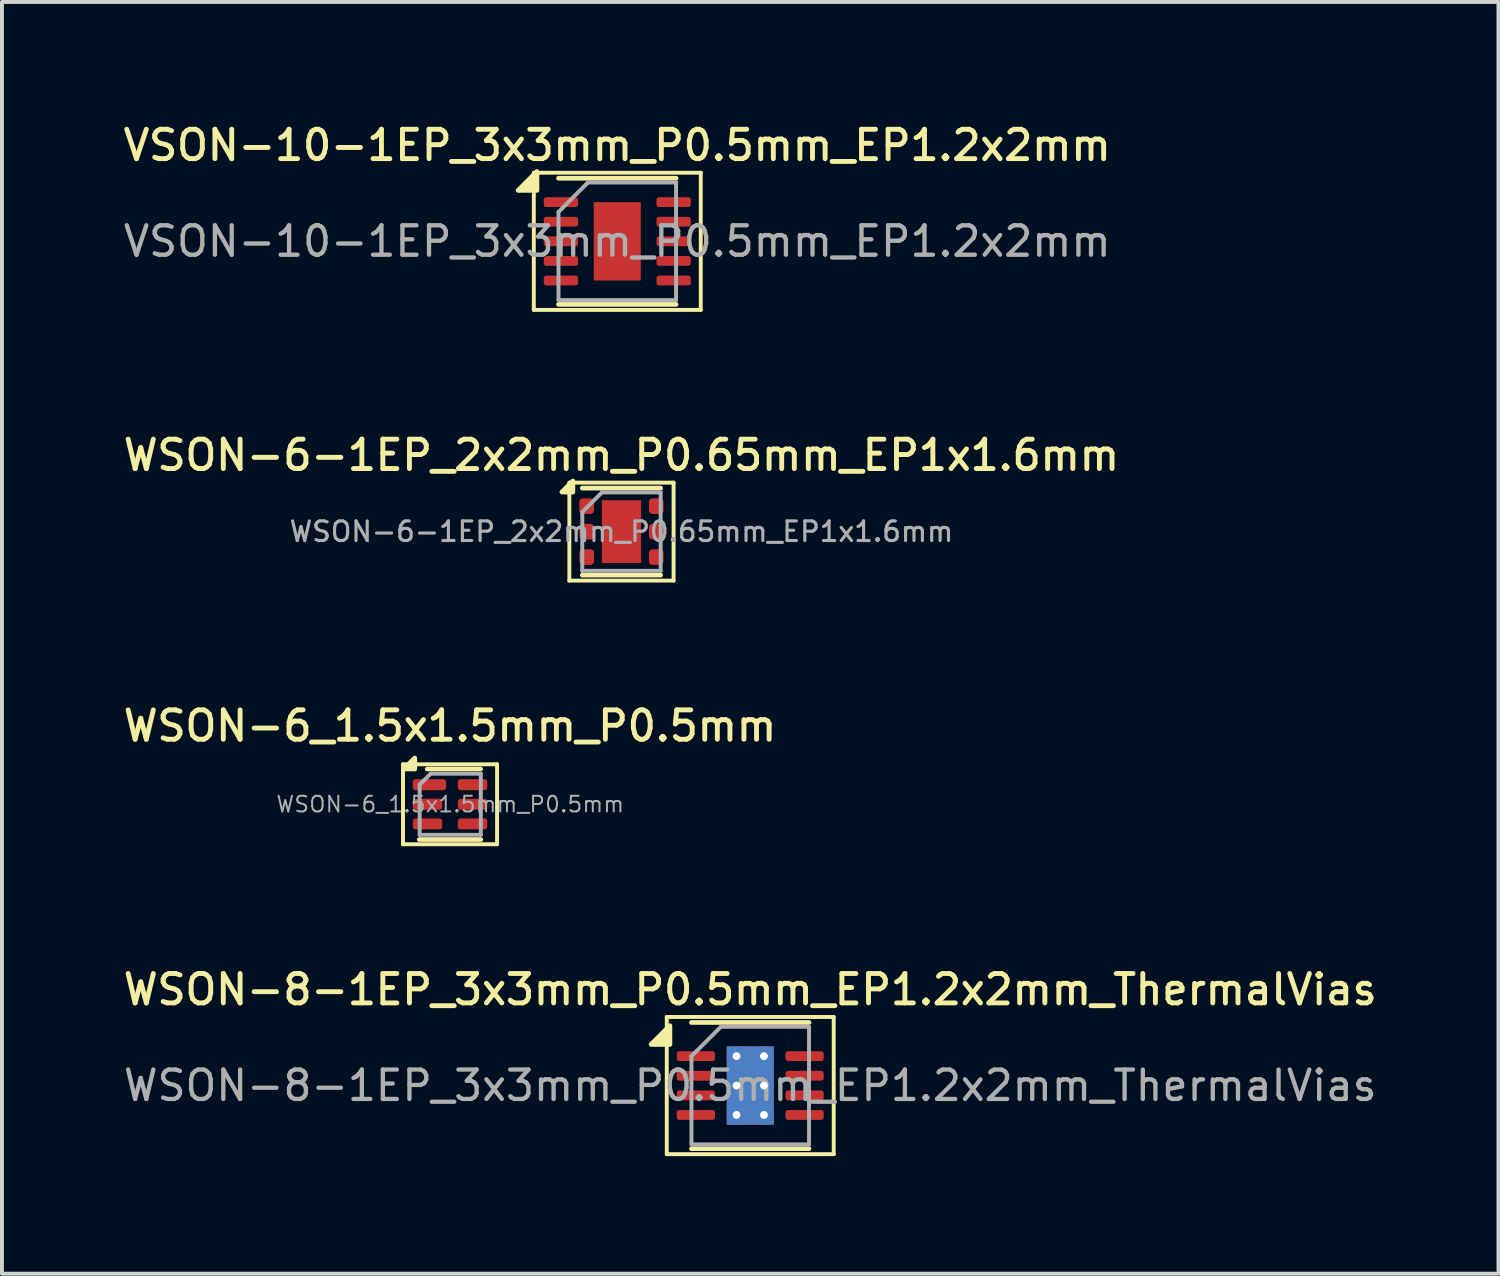
<source format=kicad_pcb>
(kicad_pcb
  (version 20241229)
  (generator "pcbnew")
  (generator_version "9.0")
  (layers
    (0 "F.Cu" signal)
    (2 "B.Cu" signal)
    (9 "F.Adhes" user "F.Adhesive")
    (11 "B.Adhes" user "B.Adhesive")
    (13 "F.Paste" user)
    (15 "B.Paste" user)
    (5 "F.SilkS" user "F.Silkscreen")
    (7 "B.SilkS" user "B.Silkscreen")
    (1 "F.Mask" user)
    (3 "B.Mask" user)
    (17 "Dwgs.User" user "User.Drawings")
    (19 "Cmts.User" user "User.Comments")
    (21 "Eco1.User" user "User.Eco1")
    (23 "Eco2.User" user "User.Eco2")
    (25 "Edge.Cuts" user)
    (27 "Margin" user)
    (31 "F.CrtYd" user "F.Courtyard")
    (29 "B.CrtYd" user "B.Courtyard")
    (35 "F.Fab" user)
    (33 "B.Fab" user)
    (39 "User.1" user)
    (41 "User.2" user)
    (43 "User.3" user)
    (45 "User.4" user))
  (footprint "WSON-6_1.5x1.5mm_P0.5mm"
    (layer "F.Cu")
    (at 8.434 17.474)
    (property "Reference" "WSON-6_1.5x1.5mm_P0.5mm" (at 0 -2 0) (layer "F.SilkS") (effects (font (size 0.75 0.75) (thickness 0.125))))
    (attr smd)
    (fp_line (start -1.2 1.02) (end -1.2 -1.02) (stroke (width 0.1) (type solid)) (layer "F.SilkS"))
    (fp_line (start -1.2 1.02) (end 1.2 1.02) (stroke (width 0.1) (type solid)) (layer "F.SilkS"))
    (fp_line (start -0.785 0.9) (end 0.785 0.9) (stroke (width 0.12) (type solid)) (layer "F.SilkS"))
    (fp_line (start -0.58 -0.9) (end 0.78 -0.9) (stroke (width 0.12) (type solid)) (layer "F.SilkS"))
    (fp_line (start 1.2 -1.02) (end -1.2 -1.02) (stroke (width 0.1) (type solid)) (layer "F.SilkS"))
    (fp_line (start 1.2 -1.02) (end 1.2 1.02) (stroke (width 0.1) (type solid)) (layer "F.SilkS"))
    (fp_poly (pts (xy -0.9 -0.9) (xy -1.18 -0.9) (xy -0.9 -1.18) (xy -0.9 -0.9)) (stroke (width 0.12) (type solid)) (fill yes) (layer "F.SilkS"))
    (fp_line (start -0.775 -0.5) (end -0.775 0.78) (stroke (width 0.1) (type solid)) (layer "F.Fab"))
    (fp_line (start -0.775 0.78) (end 0.785 0.78) (stroke (width 0.1) (type solid)) (layer "F.Fab"))
    (fp_line (start -0.495 -0.78) (end -0.775 -0.5) (stroke (width 0.1) (type solid)) (layer "F.Fab"))
    (fp_line (start 0.785 -0.78) (end -0.495 -0.78) (stroke (width 0.1) (type solid)) (layer "F.Fab"))
    (fp_line (start 0.785 -0.78) (end 0.785 0.78) (stroke (width 0.1) (type solid)) (layer "F.Fab"))
    (fp_text user "${REFERENCE}" (at 0.005 0 0) (layer "F.Fab") (effects (font (size 0.4 0.4) (thickness 0.05))))
    (pad "1" smd roundrect (at -0.525 -0.5 270) (size 0.28 0.85) (layers "F.Cu" "F.Mask" "F.Paste") (roundrect_rratio 0.25))
    (pad "2" smd roundrect (at -0.575 0 270) (size 0.28 0.75) (layers "F.Cu" "F.Mask" "F.Paste") (roundrect_rratio 0.25))
    (pad "3" smd roundrect (at -0.575 0.5 270) (size 0.28 0.75) (layers "F.Cu" "F.Mask" "F.Paste") (roundrect_rratio 0.25))
    (pad "4" smd roundrect (at 0.575 0.5 270) (size 0.28 0.75) (layers "F.Cu" "F.Mask" "F.Paste") (roundrect_rratio 0.25))
    (pad "5" smd roundrect (at 0.575 0 270) (size 0.28 0.75) (layers "F.Cu" "F.Mask" "F.Paste") (roundrect_rratio 0.25))
    (pad "6" smd roundrect (at 0.575 -0.5 270) (size 0.28 0.75) (layers "F.Cu" "F.Mask" "F.Paste") (roundrect_rratio 0.25)))
  (footprint "VSON-10-1EP_3x3mm_P0.5mm_EP1.2x2mm"
    (layer "F.Cu")
    (at 12.702 3.108)
    (property "Reference" "VSON-10-1EP_3x3mm_P0.5mm_EP1.2x2mm" (at 0 -2.45 0) (layer "F.SilkS") (effects (font (size 0.75 0.75) (thickness 0.125))))
    (attr smd)
    (fp_line (start -2.13 -1.75) (end -2.13 1.75) (stroke (width 0.1) (type solid)) (layer "F.SilkS"))
    (fp_line (start -2.13 1.75) (end 2.13 1.75) (stroke (width 0.1) (type solid)) (layer "F.SilkS"))
    (fp_line (start -1.5 -1.61) (end 1.5 -1.61) (stroke (width 0.12) (type solid)) (layer "F.SilkS"))
    (fp_line (start -1.5 1.61) (end 1.5 1.61) (stroke (width 0.12) (type solid)) (layer "F.SilkS"))
    (fp_line (start 2.13 -1.75) (end -2.13 -1.75) (stroke (width 0.1) (type solid)) (layer "F.SilkS"))
    (fp_line (start 2.13 1.75) (end 2.13 -1.75) (stroke (width 0.1) (type solid)) (layer "F.SilkS"))
    (fp_poly (pts (xy -2.05 -1.3) (xy -2.53 -1.3) (xy -2.05 -1.78) (xy -2.05 -1.3)) (stroke (width 0.12) (type solid)) (fill yes) (layer "F.SilkS"))
    (fp_line (start -1.5 -0.75) (end -0.75 -1.5) (stroke (width 0.1) (type solid)) (layer "F.Fab"))
    (fp_line (start -1.5 1.5) (end -1.5 -0.75) (stroke (width 0.1) (type solid)) (layer "F.Fab"))
    (fp_line (start -0.75 -1.5) (end 1.5 -1.5) (stroke (width 0.1) (type solid)) (layer "F.Fab"))
    (fp_line (start 1.5 -1.5) (end 1.5 1.5) (stroke (width 0.1) (type solid)) (layer "F.Fab"))
    (fp_line (start 1.5 1.5) (end -1.5 1.5) (stroke (width 0.1) (type solid)) (layer "F.Fab"))
    (fp_text user "${REFERENCE}" (at 0 0 0) (layer "F.Fab") (effects (font (size 0.75 0.75) (thickness 0.11))))
    (pad "" smd roundrect (at -0.3 -0.5) (size 0.48 0.81) (layers "F.Paste") (roundrect_rratio 0.25))
    (pad "" smd roundrect (at -0.3 0.5) (size 0.48 0.81) (layers "F.Paste") (roundrect_rratio 0.25))
    (pad "" smd roundrect (at 0.3 -0.5) (size 0.48 0.81) (layers "F.Paste") (roundrect_rratio 0.25))
    (pad "" smd roundrect (at 0.3 0.5) (size 0.48 0.81) (layers "F.Paste") (roundrect_rratio 0.25))
    (pad "1" smd roundrect (at -1.438 -1) (size 0.875 0.25) (layers "F.Cu" "F.Mask" "F.Paste") (roundrect_rratio 0.25))
    (pad "2" smd roundrect (at -1.438 -0.5) (size 0.875 0.25) (layers "F.Cu" "F.Mask" "F.Paste") (roundrect_rratio 0.25))
    (pad "3" smd roundrect (at -1.438 0) (size 0.875 0.25) (layers "F.Cu" "F.Mask" "F.Paste") (roundrect_rratio 0.25))
    (pad "4" smd roundrect (at -1.438 0.5) (size 0.875 0.25) (layers "F.Cu" "F.Mask" "F.Paste") (roundrect_rratio 0.25))
    (pad "5" smd roundrect (at -1.438 1) (size 0.875 0.25) (layers "F.Cu" "F.Mask" "F.Paste") (roundrect_rratio 0.25))
    (pad "6" smd roundrect (at 1.438 1) (size 0.875 0.25) (layers "F.Cu" "F.Mask" "F.Paste") (roundrect_rratio 0.25))
    (pad "7" smd roundrect (at 1.438 0.5) (size 0.875 0.25) (layers "F.Cu" "F.Mask" "F.Paste") (roundrect_rratio 0.25))
    (pad "8" smd roundrect (at 1.438 0) (size 0.875 0.25) (layers "F.Cu" "F.Mask" "F.Paste") (roundrect_rratio 0.25))
    (pad "9" smd roundrect (at 1.438 -0.5) (size 0.875 0.25) (layers "F.Cu" "F.Mask" "F.Paste") (roundrect_rratio 0.25))
    (pad "10" smd roundrect (at 1.438 -1) (size 0.875 0.25) (layers "F.Cu" "F.Mask" "F.Paste") (roundrect_rratio 0.25))
    (pad "11" smd rect (at 0 0) (size 1.2 2) (property pad_prop_heatsink) (layers "F.Cu" "F.Mask")))
  (footprint "WSON-6-1EP_2x2mm_P0.65mm_EP1x1.6mm"
    (layer "F.Cu")
    (at 12.809 10.516)
    (property "Reference" "WSON-6-1EP_2x2mm_P0.65mm_EP1x1.6mm" (at 0 -1.95 0) (layer "F.SilkS") (effects (font (size 0.75 0.75) (thickness 0.125))))
    (attr smd)
    (fp_line (start -1.33 -1.25) (end -1.33 1.25) (stroke (width 0.1) (type solid)) (layer "F.SilkS"))
    (fp_line (start -1.33 1.25) (end 1.33 1.25) (stroke (width 0.1) (type solid)) (layer "F.SilkS"))
    (fp_line (start -1 -1.11) (end 1 -1.11) (stroke (width 0.12) (type solid)) (layer "F.SilkS"))
    (fp_line (start -1 1.11) (end 1 1.11) (stroke (width 0.12) (type solid)) (layer "F.SilkS"))
    (fp_line (start 1.33 -1.25) (end -1.33 -1.25) (stroke (width 0.1) (type solid)) (layer "F.SilkS"))
    (fp_line (start 1.33 1.25) (end 1.33 -1.25) (stroke (width 0.1) (type solid)) (layer "F.SilkS"))
    (fp_poly (pts (xy -1.24 -1.01) (xy -1.52 -1.01) (xy -1.24 -1.29) (xy -1.24 -1.01)) (stroke (width 0.12) (type solid)) (fill yes) (layer "F.SilkS"))
    (fp_line (start -1 -0.5) (end -0.5 -1) (stroke (width 0.1) (type solid)) (layer "F.Fab"))
    (fp_line (start -1 1) (end -1 -0.5) (stroke (width 0.1) (type solid)) (layer "F.Fab"))
    (fp_line (start -0.5 -1) (end 1 -1) (stroke (width 0.1) (type solid)) (layer "F.Fab"))
    (fp_line (start 1 -1) (end 1 1) (stroke (width 0.1) (type solid)) (layer "F.Fab"))
    (fp_line (start 1 1) (end -1 1) (stroke (width 0.1) (type solid)) (layer "F.Fab"))
    (fp_text user "${REFERENCE}" (at 0 0 0) (layer "F.Fab") (effects (font (size 0.5 0.5) (thickness 0.08))))
    (pad "" smd roundrect (at 0 -0.4) (size 0.81 0.64) (layers "F.Paste") (roundrect_rratio 0.25))
    (pad "" smd roundrect (at 0 0.4) (size 0.81 0.64) (layers "F.Paste") (roundrect_rratio 0.25))
    (pad "1" smd roundrect (at -0.887 -0.65) (size 0.375 0.4) (layers "F.Cu" "F.Mask" "F.Paste") (roundrect_rratio 0.25))
    (pad "2" smd roundrect (at -0.887 0) (size 0.375 0.4) (layers "F.Cu" "F.Mask" "F.Paste") (roundrect_rratio 0.25))
    (pad "3" smd roundrect (at -0.887 0.65) (size 0.375 0.4) (layers "F.Cu" "F.Mask" "F.Paste") (roundrect_rratio 0.25))
    (pad "4" smd roundrect (at 0.887 0.65) (size 0.375 0.4) (layers "F.Cu" "F.Mask" "F.Paste") (roundrect_rratio 0.25))
    (pad "5" smd roundrect (at 0.887 0) (size 0.375 0.4) (layers "F.Cu" "F.Mask" "F.Paste") (roundrect_rratio 0.25))
    (pad "6" smd roundrect (at 0.887 -0.65) (size 0.375 0.4) (layers "F.Cu" "F.Mask" "F.Paste") (roundrect_rratio 0.25))
    (pad "7" smd rect (at 0 0) (size 1 1.6) (property pad_prop_heatsink) (layers "F.Cu" "F.Mask")))
  (footprint "WSON-8-1EP_3x3mm_P0.5mm_EP1.2x2mm_ThermalVias"
    (layer "F.Cu")
    (at 16.095 24.652)
    (property "Reference" "WSON-8-1EP_3x3mm_P0.5mm_EP1.2x2mm_ThermalVias" (at 0 -2.45 0) (layer "F.SilkS") (effects (font (size 0.75 0.75) (thickness 0.125))))
    (attr smd)
    (fp_line (start -2.13 -1.75) (end -2.13 1.75) (stroke (width 0.1) (type solid)) (layer "F.SilkS"))
    (fp_line (start -2.13 1.75) (end 2.13 1.75) (stroke (width 0.1) (type solid)) (layer "F.SilkS"))
    (fp_line (start -1.5 -1.61) (end 1.5 -1.61) (stroke (width 0.12) (type solid)) (layer "F.SilkS"))
    (fp_line (start -1.5 1.61) (end 1.5 1.61) (stroke (width 0.12) (type solid)) (layer "F.SilkS"))
    (fp_line (start 2.13 -1.75) (end -2.13 -1.75) (stroke (width 0.1) (type solid)) (layer "F.SilkS"))
    (fp_line (start 2.13 1.75) (end 2.13 -1.75) (stroke (width 0.1) (type solid)) (layer "F.SilkS"))
    (fp_poly (pts (xy -2.05 -1.05) (xy -2.53 -1.05) (xy -2.05 -1.53) (xy -2.05 -1.05)) (stroke (width 0.12) (type solid)) (fill yes) (layer "F.SilkS"))
    (fp_line (start -1.5 -0.75) (end -0.75 -1.5) (stroke (width 0.1) (type solid)) (layer "F.Fab"))
    (fp_line (start -1.5 1.5) (end -1.5 -0.75) (stroke (width 0.1) (type solid)) (layer "F.Fab"))
    (fp_line (start -0.75 -1.5) (end 1.5 -1.5) (stroke (width 0.1) (type solid)) (layer "F.Fab"))
    (fp_line (start 1.5 -1.5) (end 1.5 1.5) (stroke (width 0.1) (type solid)) (layer "F.Fab"))
    (fp_line (start 1.5 1.5) (end -1.5 1.5) (stroke (width 0.1) (type solid)) (layer "F.Fab"))
    (fp_text user "${REFERENCE}" (at 0 0 0) (layer "F.Fab") (effects (font (size 0.75 0.75) (thickness 0.11))))
    (pad "" smd roundrect (at 0 -0.5) (size 1.04 0.87) (layers "F.Paste") (roundrect_rratio 0.25))
    (pad "" smd roundrect (at 0 0.5) (size 1.04 0.87) (layers "F.Paste") (roundrect_rratio 0.25))
    (pad "1" smd roundrect (at -1.387 -0.75) (size 0.975 0.25) (layers "F.Cu" "F.Mask" "F.Paste") (roundrect_rratio 0.25))
    (pad "2" smd roundrect (at -1.387 -0.25) (size 0.975 0.25) (layers "F.Cu" "F.Mask" "F.Paste") (roundrect_rratio 0.25))
    (pad "3" smd roundrect (at -1.387 0.25) (size 0.975 0.25) (layers "F.Cu" "F.Mask" "F.Paste") (roundrect_rratio 0.25))
    (pad "4" smd roundrect (at -1.387 0.75) (size 0.975 0.25) (layers "F.Cu" "F.Mask" "F.Paste") (roundrect_rratio 0.25))
    (pad "5" smd roundrect (at 1.387 0.75) (size 0.975 0.25) (layers "F.Cu" "F.Mask" "F.Paste") (roundrect_rratio 0.25))
    (pad "6" smd roundrect (at 1.387 0.25) (size 0.975 0.25) (layers "F.Cu" "F.Mask" "F.Paste") (roundrect_rratio 0.25))
    (pad "7" smd roundrect (at 1.387 -0.25) (size 0.975 0.25) (layers "F.Cu" "F.Mask" "F.Paste") (roundrect_rratio 0.25))
    (pad "8" smd roundrect (at 1.387 -0.75) (size 0.975 0.25) (layers "F.Cu" "F.Mask" "F.Paste") (roundrect_rratio 0.25))
    (pad "9" thru_hole circle (at -0.35 -0.75) (size 0.5 0.5) (drill 0.2) (property pad_prop_heatsink) (layers "*.Cu"))
    (pad "9" thru_hole circle (at -0.35 0) (size 0.5 0.5) (drill 0.2) (property pad_prop_heatsink) (layers "*.Cu"))
    (pad "9" thru_hole circle (at -0.35 0.75) (size 0.5 0.5) (drill 0.2) (property pad_prop_heatsink) (layers "*.Cu"))
    (pad "9" smd rect (at 0 0) (size 1.2 2) (property pad_prop_heatsink) (layers "F.Cu" "F.Mask"))
    (pad "9" smd rect (at 0 0) (size 1.2 2) (property pad_prop_heatsink) (layers "B.Cu"))
    (pad "9" thru_hole circle (at 0.35 -0.75) (size 0.5 0.5) (drill 0.2) (property pad_prop_heatsink) (layers "*.Cu"))
    (pad "9" thru_hole circle (at 0.35 0) (size 0.5 0.5) (drill 0.2) (property pad_prop_heatsink) (layers "*.Cu"))
    (pad "9" thru_hole circle (at 0.35 0.75) (size 0.5 0.5) (drill 0.2) (property pad_prop_heatsink) (layers "*.Cu")))
  (gr_rect
    (start -3 -3)
    (end 35.189 29.453)
    (stroke (width 0.1) (type default))
    (fill no)
    (layer "Edge.Cuts")))
</source>
